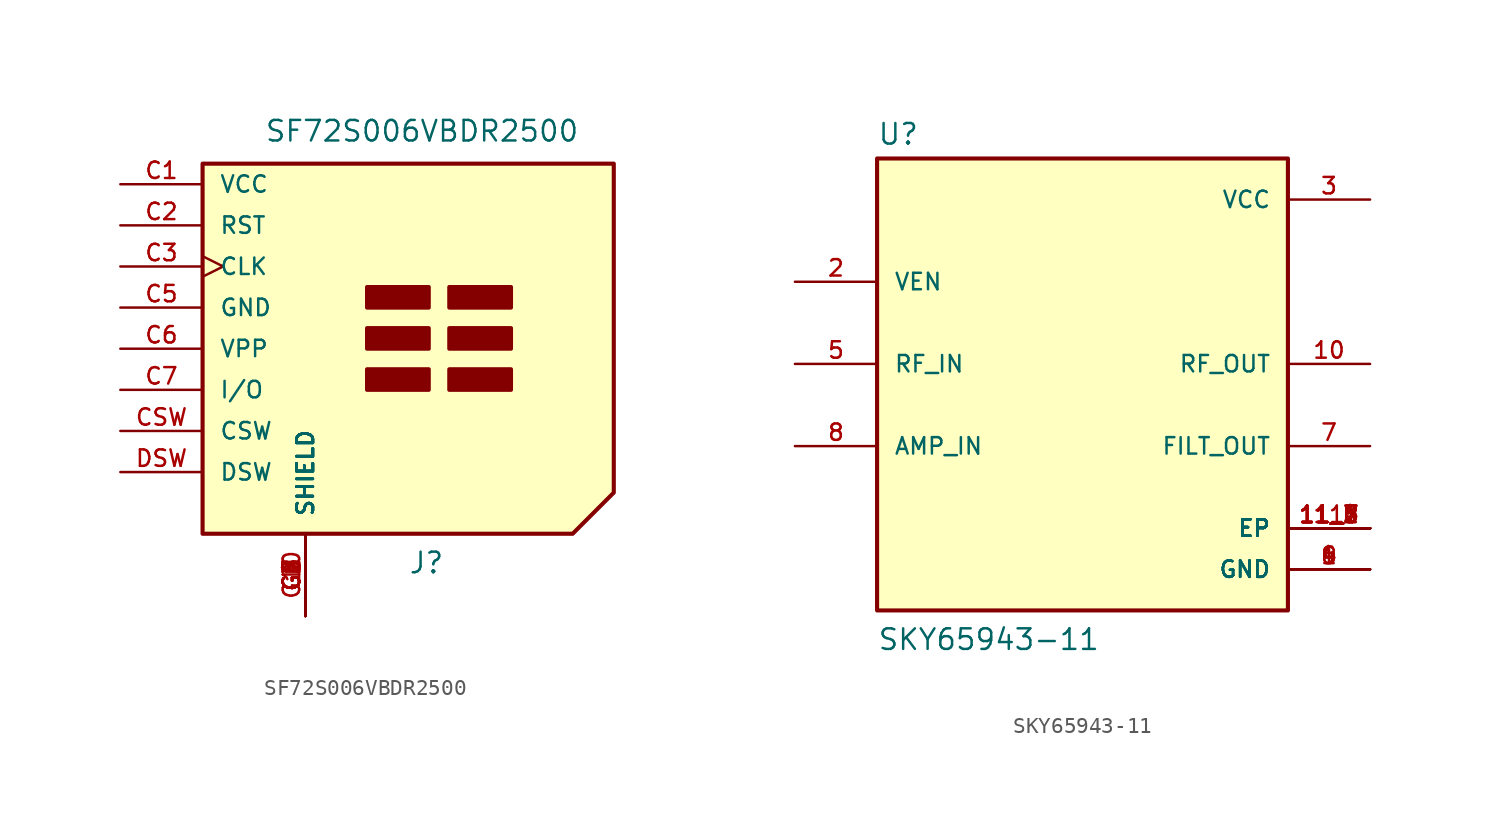
<source format=kicad_sym>
(kicad_symbol_lib
  (version 20220914)
  (generator kicad_symbol_editor)
  (symbol "SF72S006VBDR2500"
    (pin_names
      (offset 1.016))
    (property "Reference" "J"
      (at 0 -12.7 0)
      (effects (font (size 1.27 1.27)) (justify left bottom)))
    (property "Value" "SF72S006VBDR2500"
      (at -8.89 13.97 0)
      (effects (font (size 1.27 1.27)) (justify left bottom)))
    (symbol "SF72S006VBDR2500_0_0"
      (pin power_in line (at -17.78 11.43 0) (length 5.08) (name "VCC" (effects (font (size 1.016 1.016)))) (number "C1" (effects (font (size 1.016 1.016)))))
      (pin bidirectional line (at -17.78 8.89 0) (length 5.08) (name "RST" (effects (font (size 1.016 1.016)))) (number "C2" (effects (font (size 1.016 1.016)))))
      (pin bidirectional clock (at -17.78 6.35 0) (length 5.08) (name "CLK" (effects (font (size 1.016 1.016)))) (number "C3" (effects (font (size 1.016 1.016)))))
      (pin power_in line (at -17.78 3.81 0) (length 5.08) (name "GND" (effects (font (size 1.016 1.016)))) (number "C5" (effects (font (size 1.016 1.016)))))
      (pin power_in line (at -17.78 1.27 0) (length 5.08) (name "VPP" (effects (font (size 1.016 1.016)))) (number "C6" (effects (font (size 1.016 1.016)))))
      (pin bidirectional line (at -17.78 -1.27 0) (length 5.08) (name "I/O" (effects (font (size 1.016 1.016)))) (number "C7" (effects (font (size 1.016 1.016)))))
      (pin bidirectional line (at -17.78 -3.81 0) (length 5.08) (name "CSW" (effects (font (size 1.016 1.016)))) (number "CSW" (effects (font (size 1.016 1.016)))))
      (pin bidirectional line (at -17.78 -6.35 0) (length 5.08) (name "DSW" (effects (font (size 1.016 1.016)))) (number "DSW" (effects (font (size 1.016 1.016)))))
      (pin passive line (at -6.35 -15.24 90) (length 5.08) (name "SHIELD" (effects (font (size 1.016 1.016)))) (number "G1" (effects (font (size 1.016 1.016)))))
      (pin passive line (at -6.35 -15.24 90) (length 5.08) (name "SHIELD" (effects (font (size 1.016 1.016)))) (number "G10" (effects (font (size 1.016 1.016)))))
      (pin passive line (at -6.35 -15.24 90) (length 5.08) (name "SHIELD" (effects (font (size 1.016 1.016)))) (number "G2" (effects (font (size 1.016 1.016)))))
      (pin passive line (at -6.35 -15.24 90) (length 5.08) (name "SHIELD" (effects (font (size 1.016 1.016)))) (number "G3" (effects (font (size 1.016 1.016)))))
      (pin passive line (at -6.35 -15.24 90) (length 5.08) (name "SHIELD" (effects (font (size 1.016 1.016)))) (number "G4" (effects (font (size 1.016 1.016)))))
      (pin passive line (at -6.35 -15.24 90) (length 5.08) (name "SHIELD" (effects (font (size 1.016 1.016)))) (number "G5" (effects (font (size 1.016 1.016)))))
      (pin passive line (at -6.35 -15.24 90) (length 5.08) (name "SHIELD" (effects (font (size 1.016 1.016)))) (number "G6" (effects (font (size 1.016 1.016)))))
      (pin passive line (at -6.35 -15.24 90) (length 5.08) (name "SHIELD" (effects (font (size 1.016 1.016)))) (number "G7" (effects (font (size 1.016 1.016)))))
      (pin passive line (at -6.35 -15.24 90) (length 5.08) (name "SHIELD" (effects (font (size 1.016 1.016)))) (number "G8" (effects (font (size 1.016 1.016)))))
      (pin passive line (at -6.35 -15.24 90) (length 5.08) (name "SHIELD" (effects (font (size 1.016 1.016)))) (number "G9" (effects (font (size 1.016 1.016))))))
    (symbol "SF72S006VBDR2500_0_1"
      (rectangle (start -2.54 -1.27) (end 1.27 0) (stroke (width 0.254) (type default)) (fill (type outline)))
      (rectangle (start -2.54 1.27) (end 1.27 2.54) (stroke (width 0.254) (type default)) (fill (type outline)))
      (rectangle (start -2.54 3.81) (end 1.27 5.08) (stroke (width 0.254) (type default)) (fill (type outline)))
      (polyline (pts (xy -12.7 12.7) (xy -12.7 -10.16) (xy 10.16 -10.16) (xy 12.7 -7.62) (xy 12.7 12.7) (xy -12.7 12.7)) (stroke (width 0.254) (type default)) (fill (type background)))
      (rectangle (start 2.54 0) (end 6.35 -1.27) (stroke (width 0.254) (type default)) (fill (type outline)))
      (rectangle (start 2.54 1.27) (end 6.35 2.54) (stroke (width 0.254) (type default)) (fill (type outline)))
      (rectangle (start 2.54 3.81) (end 6.35 5.08) (stroke (width 0.254) (type default)) (fill (type outline)))))
  (symbol "SKY65943-11"
    (pin_names
      (offset 1.016))
    (property "Reference" "U"
      (at -12.7 13.462 0)
      (effects (font (size 1.27 1.27)) (justify left bottom)))
    (property "Value" "SKY65943-11"
      (at -12.7 -17.78 0)
      (effects (font (size 1.27 1.27)) (justify left bottom)))
    (symbol "SKY65943-11_0_0"
      (rectangle (start -12.7 12.7) (end 12.7 -15.24) (stroke (width 0.254) (type default)) (fill (type background)))
      (pin power_in line (at 17.78 -12.7 180) (length 5.08) (name "GND" (effects (font (size 1.016 1.016)))) (number "1" (effects (font (size 1.016 1.016)))))
      (pin output line (at 17.78 0 180) (length 5.08) (name "RF_OUT" (effects (font (size 1.016 1.016)))) (number "10" (effects (font (size 1.016 1.016)))))
      (pin power_in line (at 17.78 -10.16 180) (length 5.08) (name "EP" (effects (font (size 1.016 1.016)))) (number "11" (effects (font (size 1.016 1.016)))))
      (pin power_in line (at 17.78 -10.16 180) (length 5.08) (name "EP" (effects (font (size 1.016 1.016)))) (number "11_1" (effects (font (size 1.016 1.016)))))
      (pin power_in line (at 17.78 -10.16 180) (length 5.08) (name "EP" (effects (font (size 1.016 1.016)))) (number "11_2" (effects (font (size 1.016 1.016)))))
      (pin power_in line (at 17.78 -10.16 180) (length 5.08) (name "EP" (effects (font (size 1.016 1.016)))) (number "11_3" (effects (font (size 1.016 1.016)))))
      (pin power_in line (at 17.78 -10.16 180) (length 5.08) (name "EP" (effects (font (size 1.016 1.016)))) (number "11_4" (effects (font (size 1.016 1.016)))))
      (pin power_in line (at 17.78 -10.16 180) (length 5.08) (name "EP" (effects (font (size 1.016 1.016)))) (number "11_5" (effects (font (size 1.016 1.016)))))
      (pin power_in line (at 17.78 -10.16 180) (length 5.08) (name "EP" (effects (font (size 1.016 1.016)))) (number "11_6" (effects (font (size 1.016 1.016)))))
      (pin power_in line (at 17.78 -10.16 180) (length 5.08) (name "EP" (effects (font (size 1.016 1.016)))) (number "11_7" (effects (font (size 1.016 1.016)))))
      (pin power_in line (at 17.78 -10.16 180) (length 5.08) (name "EP" (effects (font (size 1.016 1.016)))) (number "11_8" (effects (font (size 1.016 1.016)))))
      (pin input line (at -17.78 5.08 0) (length 5.08) (name "VEN" (effects (font (size 1.016 1.016)))) (number "2" (effects (font (size 1.016 1.016)))))
      (pin power_in line (at 17.78 10.16 180) (length 5.08) (name "VCC" (effects (font (size 1.016 1.016)))) (number "3" (effects (font (size 1.016 1.016)))))
      (pin power_in line (at 17.78 -12.7 180) (length 5.08) (name "GND" (effects (font (size 1.016 1.016)))) (number "4" (effects (font (size 1.016 1.016)))))
      (pin input line (at -17.78 0 0) (length 5.08) (name "RF_IN" (effects (font (size 1.016 1.016)))) (number "5" (effects (font (size 1.016 1.016)))))
      (pin power_in line (at 17.78 -12.7 180) (length 5.08) (name "GND" (effects (font (size 1.016 1.016)))) (number "6" (effects (font (size 1.016 1.016)))))
      (pin output line (at 17.78 -5.08 180) (length 5.08) (name "FILT_OUT" (effects (font (size 1.016 1.016)))) (number "7" (effects (font (size 1.016 1.016)))))
      (pin input line (at -17.78 -5.08 0) (length 5.08) (name "AMP_IN" (effects (font (size 1.016 1.016)))) (number "8" (effects (font (size 1.016 1.016)))))
      (pin power_in line (at 17.78 -12.7 180) (length 5.08) (name "GND" (effects (font (size 1.016 1.016)))) (number "9" (effects (font (size 1.016 1.016))))))))
</source>
